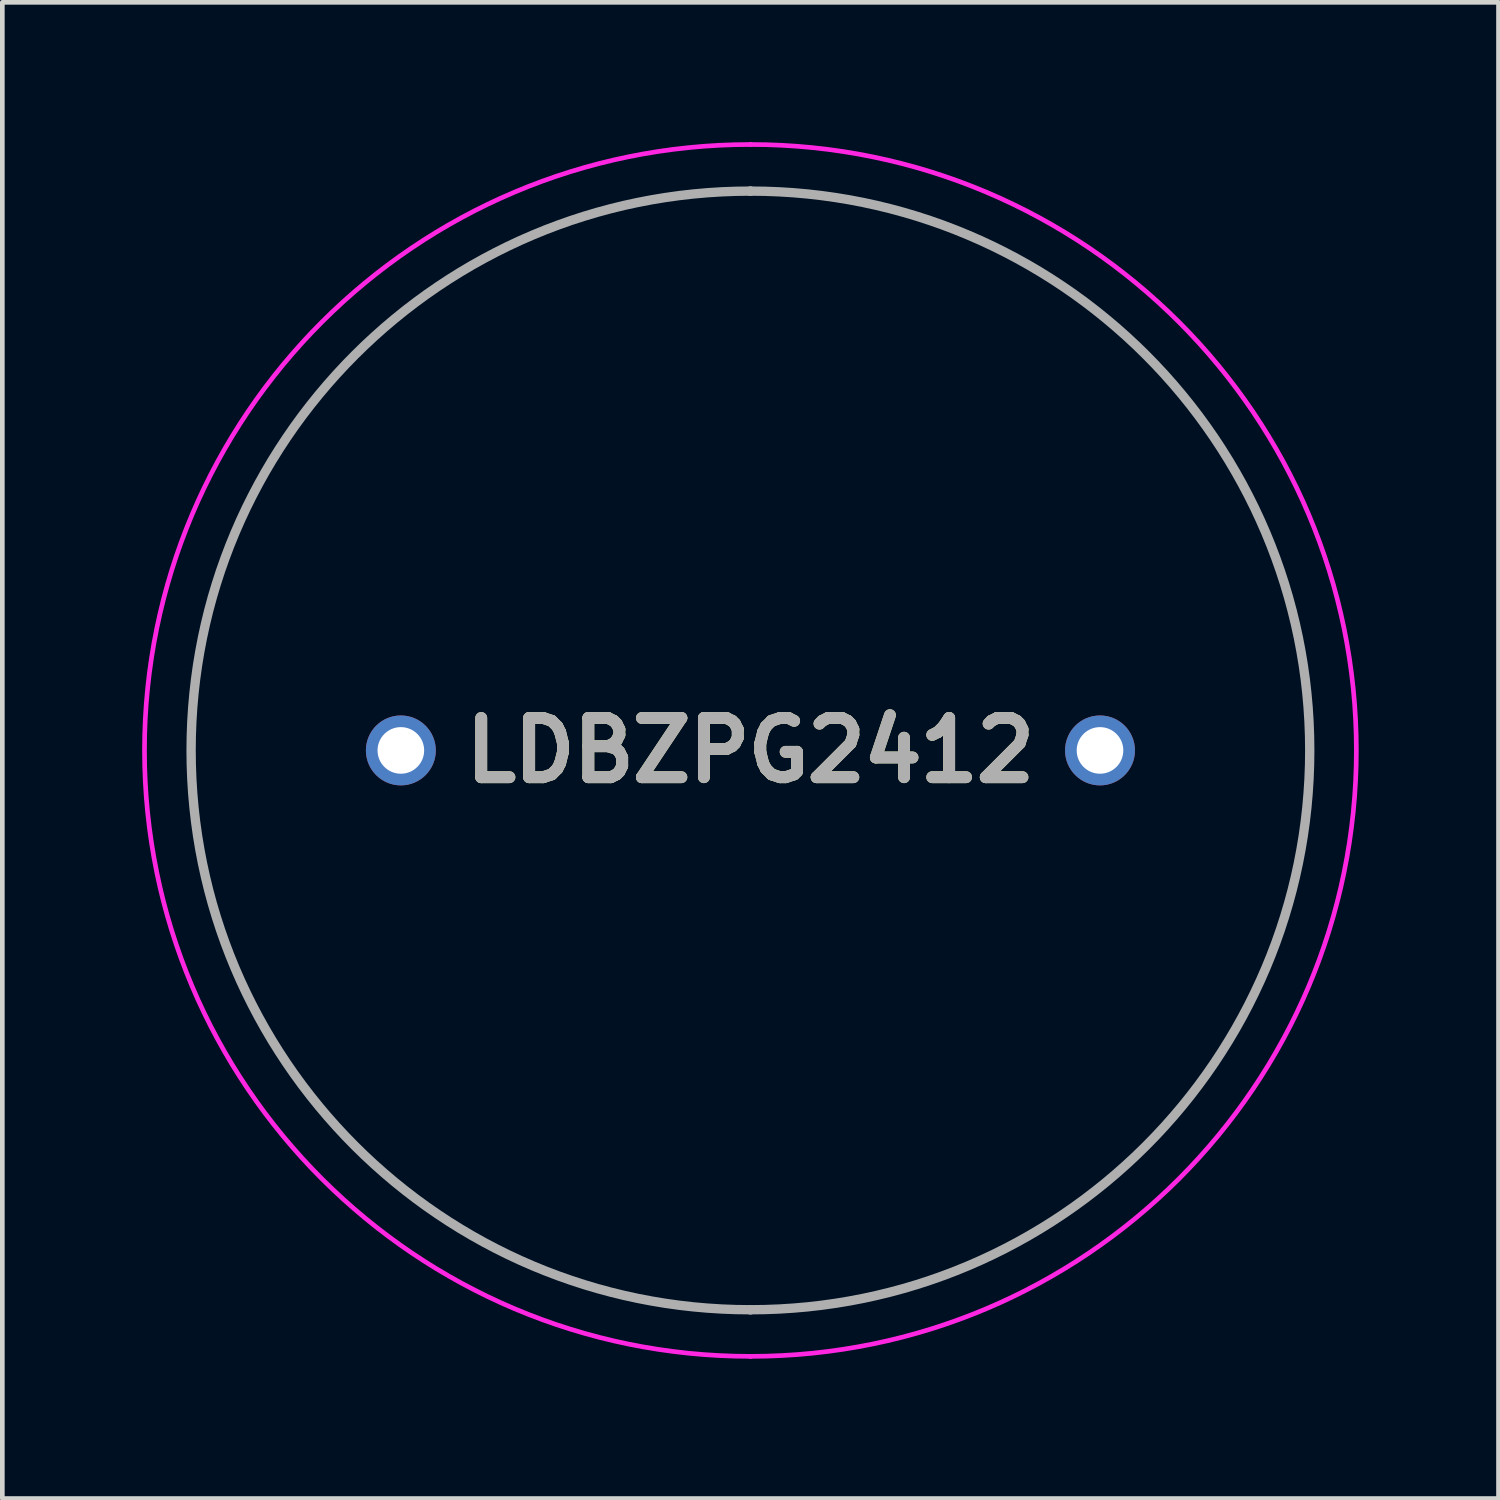
<source format=kicad_pcb>
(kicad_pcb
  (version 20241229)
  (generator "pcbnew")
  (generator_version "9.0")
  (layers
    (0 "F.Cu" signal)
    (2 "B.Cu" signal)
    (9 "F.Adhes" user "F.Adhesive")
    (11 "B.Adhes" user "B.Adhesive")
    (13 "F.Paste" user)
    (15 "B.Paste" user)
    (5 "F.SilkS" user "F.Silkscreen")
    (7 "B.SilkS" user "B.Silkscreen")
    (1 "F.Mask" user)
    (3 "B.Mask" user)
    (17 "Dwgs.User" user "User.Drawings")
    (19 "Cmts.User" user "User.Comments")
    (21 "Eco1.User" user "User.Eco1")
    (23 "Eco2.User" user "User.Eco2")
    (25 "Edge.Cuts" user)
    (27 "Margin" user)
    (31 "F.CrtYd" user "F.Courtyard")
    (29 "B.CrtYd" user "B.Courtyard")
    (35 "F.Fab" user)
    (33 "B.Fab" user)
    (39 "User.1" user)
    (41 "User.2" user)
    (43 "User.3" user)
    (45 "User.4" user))
  (footprint "LDBZPG2412"
    (layer "F.Cu")
    (at 5.55 13.05)
    (property "Reference" "LDBZPG2412" (at 7.5 0 0) (layer "F.SilkS") (effects (font (size 1.27 1.27) (thickness 0.254))))
    (attr through_hole)
    (fp_line (start 7.5 -12) (end 7.5 -12) (stroke (width 0.1) (type solid)) (layer "F.SilkS"))
    (fp_line (start 7.5 12) (end 7.5 12) (stroke (width 0.1) (type solid)) (layer "F.SilkS"))
    (fp_arc (start 7.5 -12) (mid 19.5 0) (end 7.5 12) (stroke (width 0.1) (type solid)) (layer "F.SilkS"))
    (fp_arc (start 7.5 12) (mid -4.5 0) (end 7.5 -12) (stroke (width 0.1) (type solid)) (layer "F.SilkS"))
    (fp_line (start 7.5 -13) (end 7.5 -13) (stroke (width 0.1) (type solid)) (layer "F.CrtYd"))
    (fp_line (start 7.5 13) (end 7.5 13) (stroke (width 0.1) (type solid)) (layer "F.CrtYd"))
    (fp_arc (start 7.5 -13) (mid 20.5 0) (end 7.5 13) (stroke (width 0.1) (type solid)) (layer "F.CrtYd"))
    (fp_arc (start 7.5 13) (mid -5.5 0) (end 7.5 -13) (stroke (width 0.1) (type solid)) (layer "F.CrtYd"))
    (fp_line (start 7.5 -12) (end 7.5 -12) (stroke (width 0.2) (type solid)) (layer "F.Fab"))
    (fp_line (start 7.5 12) (end 7.5 12) (stroke (width 0.2) (type solid)) (layer "F.Fab"))
    (fp_arc (start 7.5 -12) (mid 19.5 0) (end 7.5 12) (stroke (width 0.2) (type solid)) (layer "F.Fab"))
    (fp_arc (start 7.5 12) (mid -4.5 0) (end 7.5 -12) (stroke (width 0.2) (type solid)) (layer "F.Fab"))
    (fp_text user "${REFERENCE}" (at 7.5 0 0) (layer "F.Fab") (effects (font (size 1.27 1.27) (thickness 0.254))))
    (pad "1" thru_hole circle (at 0 0) (size 1.5 1.5) (drill 1) (layers "*.Cu" "*.Mask"))
    (pad "2" thru_hole circle (at 15 0) (size 1.5 1.5) (drill 1) (layers "*.Cu" "*.Mask")))
  (gr_rect
    (start -3 -3)
    (end 29.1 29.1)
    (stroke (width 0.1) (type default))
    (fill no)
    (layer "Edge.Cuts")))
</source>
